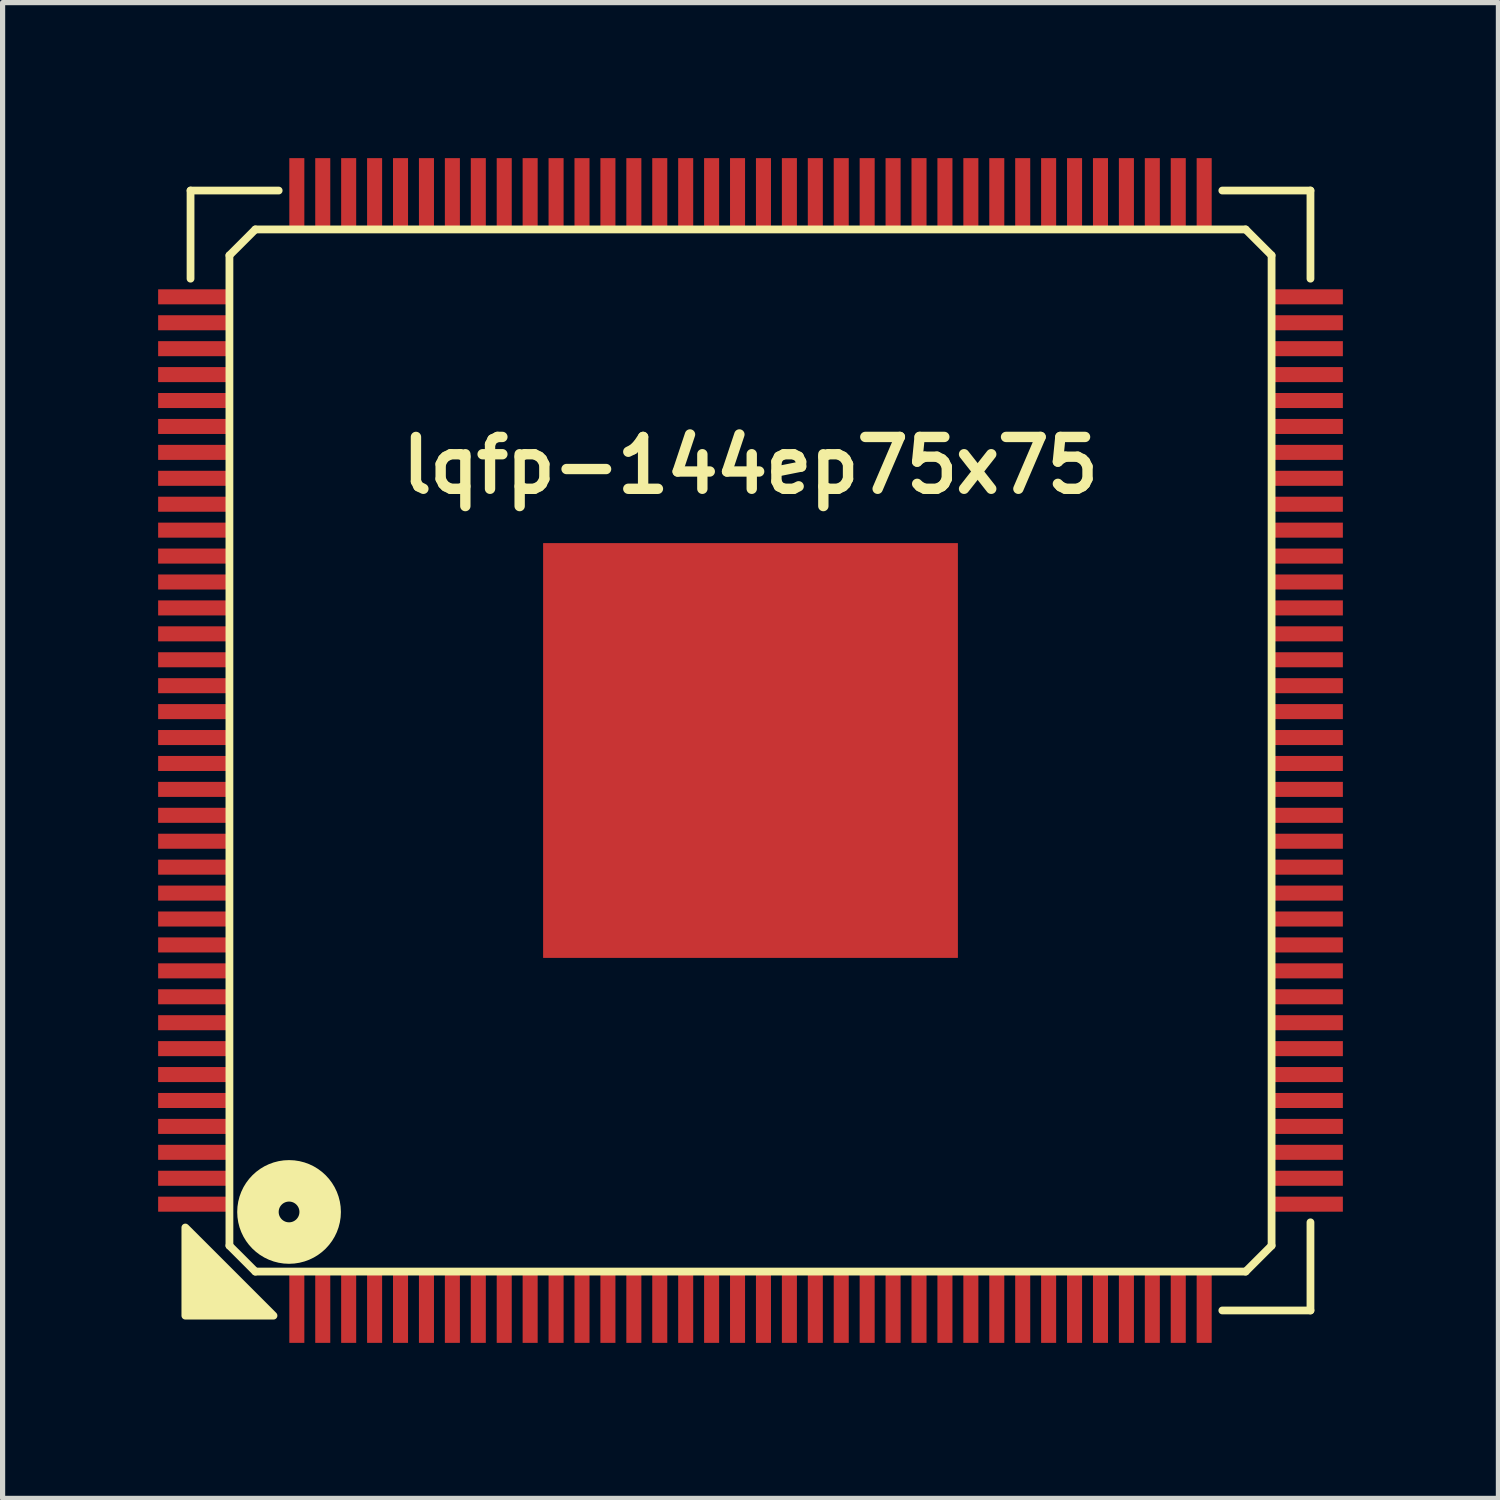
<source format=kicad_pcb>
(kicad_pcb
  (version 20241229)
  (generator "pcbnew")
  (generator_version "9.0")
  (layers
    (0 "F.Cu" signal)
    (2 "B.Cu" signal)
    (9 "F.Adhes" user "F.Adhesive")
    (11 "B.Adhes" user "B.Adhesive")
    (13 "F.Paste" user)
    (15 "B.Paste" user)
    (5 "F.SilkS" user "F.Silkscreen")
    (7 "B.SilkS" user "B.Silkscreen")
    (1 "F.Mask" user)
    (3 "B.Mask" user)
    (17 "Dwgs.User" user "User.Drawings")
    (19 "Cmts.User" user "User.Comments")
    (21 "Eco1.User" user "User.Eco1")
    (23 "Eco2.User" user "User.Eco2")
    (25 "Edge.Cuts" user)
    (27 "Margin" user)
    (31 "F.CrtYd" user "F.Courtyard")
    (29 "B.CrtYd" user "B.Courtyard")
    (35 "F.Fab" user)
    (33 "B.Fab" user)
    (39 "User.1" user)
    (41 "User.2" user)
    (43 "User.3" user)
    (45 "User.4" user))
  (footprint "lqfp-144ep75x75"
    (layer "F.Cu")
    (at 11.425 11.425)
    (property "Reference" "lqfp-144ep75x75" (at 0 -5.5 0) (layer "F.SilkS") (effects (font (size 1 1) (thickness 0.2))))
    (attr smd)
    (fp_line (start -10.8 -10.8) (end -9.1 -10.8) (stroke (width 0.15) (type solid)) (layer "F.SilkS"))
    (fp_line (start -10.8 -9.1) (end -10.8 -10.8) (stroke (width 0.15) (type solid)) (layer "F.SilkS"))
    (fp_line (start -10.05 -9.55) (end -9.55 -10.05) (stroke (width 0.15) (type solid)) (layer "F.SilkS"))
    (fp_line (start -10.05 9.55) (end -10.05 -9.55) (stroke (width 0.15) (type solid)) (layer "F.SilkS"))
    (fp_line (start -9.55 -10.05) (end 9.55 -10.05) (stroke (width 0.15) (type solid)) (layer "F.SilkS"))
    (fp_line (start -9.55 10.05) (end -10.05 9.55) (stroke (width 0.15) (type solid)) (layer "F.SilkS"))
    (fp_line (start 9.1 -10.8) (end 10.8 -10.8) (stroke (width 0.15) (type solid)) (layer "F.SilkS"))
    (fp_line (start 9.55 -10.05) (end 10.05 -9.55) (stroke (width 0.15) (type solid)) (layer "F.SilkS"))
    (fp_line (start 9.55 10.05) (end -9.55 10.05) (stroke (width 0.15) (type solid)) (layer "F.SilkS"))
    (fp_line (start 10.05 -9.55) (end 10.05 9.55) (stroke (width 0.15) (type solid)) (layer "F.SilkS"))
    (fp_line (start 10.05 9.55) (end 9.55 10.05) (stroke (width 0.15) (type solid)) (layer "F.SilkS"))
    (fp_line (start 10.8 -10.8) (end 10.8 -9.1) (stroke (width 0.15) (type solid)) (layer "F.SilkS"))
    (fp_line (start 10.8 9.1) (end 10.8 10.8) (stroke (width 0.15) (type solid)) (layer "F.SilkS"))
    (fp_line (start 10.8 10.8) (end 9.1 10.8) (stroke (width 0.15) (type solid)) (layer "F.SilkS"))
    (fp_circle (center -8.9 8.9) (end -8.7 8.9) (stroke (width 0.8) (type solid)) (fill no) (layer "F.SilkS"))
    (fp_poly (pts (xy -9.2 10.9) (xy -10.9 10.9) (xy -10.9 9.2)) (stroke (width 0.15) (type solid)) (fill yes) (layer "F.SilkS"))
    (pad "" smd rect (at -2.3 -2.3) (size 2 2) (layers "F.Paste"))
    (pad "" smd rect (at -2.3 0) (size 2 2) (layers "F.Paste"))
    (pad "" smd rect (at -2.3 2.3) (size 2 2) (layers "F.Paste"))
    (pad "" smd rect (at 0 -2.3) (size 2 2) (layers "F.Paste"))
    (pad "" smd rect (at 0 0) (size 2 2) (layers "F.Paste"))
    (pad "" smd rect (at 0 2.3) (size 2 2) (layers "F.Paste"))
    (pad "" smd rect (at 2.3 -2.3) (size 2 2) (layers "F.Paste"))
    (pad "" smd rect (at 2.3 0) (size 2 2) (layers "F.Paste"))
    (pad "" smd rect (at 2.3 2.3) (size 2 2) (layers "F.Paste"))
    (pad "1" smd rect (at -8.75 10.75) (size 0.29 1.35) (layers "F.Cu" "F.Mask" "F.Paste"))
    (pad "2" smd rect (at -8.25 10.75) (size 0.29 1.35) (layers "F.Cu" "F.Mask" "F.Paste"))
    (pad "3" smd rect (at -7.75 10.75) (size 0.29 1.35) (layers "F.Cu" "F.Mask" "F.Paste"))
    (pad "4" smd rect (at -7.25 10.75) (size 0.29 1.35) (layers "F.Cu" "F.Mask" "F.Paste"))
    (pad "5" smd rect (at -6.75 10.75) (size 0.29 1.35) (layers "F.Cu" "F.Mask" "F.Paste"))
    (pad "6" smd rect (at -6.25 10.75) (size 0.29 1.35) (layers "F.Cu" "F.Mask" "F.Paste"))
    (pad "7" smd rect (at -5.75 10.75) (size 0.29 1.35) (layers "F.Cu" "F.Mask" "F.Paste"))
    (pad "8" smd rect (at -5.25 10.75) (size 0.29 1.35) (layers "F.Cu" "F.Mask" "F.Paste"))
    (pad "9" smd rect (at -4.75 10.75) (size 0.29 1.35) (layers "F.Cu" "F.Mask" "F.Paste"))
    (pad "10" smd rect (at -4.25 10.75) (size 0.29 1.35) (layers "F.Cu" "F.Mask" "F.Paste"))
    (pad "11" smd rect (at -3.75 10.75) (size 0.29 1.35) (layers "F.Cu" "F.Mask" "F.Paste"))
    (pad "12" smd rect (at -3.25 10.75) (size 0.29 1.35) (layers "F.Cu" "F.Mask" "F.Paste"))
    (pad "13" smd rect (at -2.75 10.75) (size 0.29 1.35) (layers "F.Cu" "F.Mask" "F.Paste"))
    (pad "14" smd rect (at -2.25 10.75) (size 0.29 1.35) (layers "F.Cu" "F.Mask" "F.Paste"))
    (pad "15" smd rect (at -1.75 10.75) (size 0.29 1.35) (layers "F.Cu" "F.Mask" "F.Paste"))
    (pad "16" smd rect (at -1.25 10.75) (size 0.29 1.35) (layers "F.Cu" "F.Mask" "F.Paste"))
    (pad "17" smd rect (at -0.75 10.75) (size 0.29 1.35) (layers "F.Cu" "F.Mask" "F.Paste"))
    (pad "18" smd rect (at -0.25 10.75) (size 0.29 1.35) (layers "F.Cu" "F.Mask" "F.Paste"))
    (pad "19" smd rect (at 0.25 10.75) (size 0.29 1.35) (layers "F.Cu" "F.Mask" "F.Paste"))
    (pad "20" smd rect (at 0.75 10.75) (size 0.29 1.35) (layers "F.Cu" "F.Mask" "F.Paste"))
    (pad "21" smd rect (at 1.25 10.75) (size 0.29 1.35) (layers "F.Cu" "F.Mask" "F.Paste"))
    (pad "22" smd rect (at 1.75 10.75) (size 0.29 1.35) (layers "F.Cu" "F.Mask" "F.Paste"))
    (pad "23" smd rect (at 2.25 10.75) (size 0.29 1.35) (layers "F.Cu" "F.Mask" "F.Paste"))
    (pad "24" smd rect (at 2.75 10.75) (size 0.29 1.35) (layers "F.Cu" "F.Mask" "F.Paste"))
    (pad "25" smd rect (at 3.25 10.75) (size 0.29 1.35) (layers "F.Cu" "F.Mask" "F.Paste"))
    (pad "26" smd rect (at 3.75 10.75) (size 0.29 1.35) (layers "F.Cu" "F.Mask" "F.Paste"))
    (pad "27" smd rect (at 4.25 10.75) (size 0.29 1.35) (layers "F.Cu" "F.Mask" "F.Paste"))
    (pad "28" smd rect (at 4.75 10.75) (size 0.29 1.35) (layers "F.Cu" "F.Mask" "F.Paste"))
    (pad "29" smd rect (at 5.25 10.75) (size 0.29 1.35) (layers "F.Cu" "F.Mask" "F.Paste"))
    (pad "30" smd rect (at 5.75 10.75) (size 0.29 1.35) (layers "F.Cu" "F.Mask" "F.Paste"))
    (pad "31" smd rect (at 6.25 10.75) (size 0.29 1.35) (layers "F.Cu" "F.Mask" "F.Paste"))
    (pad "32" smd rect (at 6.75 10.75) (size 0.29 1.35) (layers "F.Cu" "F.Mask" "F.Paste"))
    (pad "33" smd rect (at 7.25 10.75) (size 0.29 1.35) (layers "F.Cu" "F.Mask" "F.Paste"))
    (pad "34" smd rect (at 7.75 10.75) (size 0.29 1.35) (layers "F.Cu" "F.Mask" "F.Paste"))
    (pad "35" smd rect (at 8.25 10.75) (size 0.29 1.35) (layers "F.Cu" "F.Mask" "F.Paste"))
    (pad "36" smd rect (at 8.75 10.75) (size 0.29 1.35) (layers "F.Cu" "F.Mask" "F.Paste"))
    (pad "37" smd rect (at 10.75 8.75) (size 1.35 0.29) (layers "F.Cu" "F.Mask" "F.Paste"))
    (pad "38" smd rect (at 10.75 8.25) (size 1.35 0.29) (layers "F.Cu" "F.Mask" "F.Paste"))
    (pad "39" smd rect (at 10.75 7.75) (size 1.35 0.29) (layers "F.Cu" "F.Mask" "F.Paste"))
    (pad "40" smd rect (at 10.75 7.25) (size 1.35 0.29) (layers "F.Cu" "F.Mask" "F.Paste"))
    (pad "41" smd rect (at 10.75 6.75) (size 1.35 0.29) (layers "F.Cu" "F.Mask" "F.Paste"))
    (pad "42" smd rect (at 10.75 6.25) (size 1.35 0.29) (layers "F.Cu" "F.Mask" "F.Paste"))
    (pad "43" smd rect (at 10.75 5.75) (size 1.35 0.29) (layers "F.Cu" "F.Mask" "F.Paste"))
    (pad "44" smd rect (at 10.75 5.25) (size 1.35 0.29) (layers "F.Cu" "F.Mask" "F.Paste"))
    (pad "45" smd rect (at 10.75 4.75) (size 1.35 0.29) (layers "F.Cu" "F.Mask" "F.Paste"))
    (pad "46" smd rect (at 10.75 4.25) (size 1.35 0.29) (layers "F.Cu" "F.Mask" "F.Paste"))
    (pad "47" smd rect (at 10.75 3.75) (size 1.35 0.29) (layers "F.Cu" "F.Mask" "F.Paste"))
    (pad "48" smd rect (at 10.75 3.25) (size 1.35 0.29) (layers "F.Cu" "F.Mask" "F.Paste"))
    (pad "49" smd rect (at 10.75 2.75) (size 1.35 0.29) (layers "F.Cu" "F.Mask" "F.Paste"))
    (pad "50" smd rect (at 10.75 2.25) (size 1.35 0.29) (layers "F.Cu" "F.Mask" "F.Paste"))
    (pad "51" smd rect (at 10.75 1.75) (size 1.35 0.29) (layers "F.Cu" "F.Mask" "F.Paste"))
    (pad "52" smd rect (at 10.75 1.25) (size 1.35 0.29) (layers "F.Cu" "F.Mask" "F.Paste"))
    (pad "53" smd rect (at 10.75 0.75) (size 1.35 0.29) (layers "F.Cu" "F.Mask" "F.Paste"))
    (pad "54" smd rect (at 10.75 0.25) (size 1.35 0.29) (layers "F.Cu" "F.Mask" "F.Paste"))
    (pad "55" smd rect (at 10.75 -0.25) (size 1.35 0.29) (layers "F.Cu" "F.Mask" "F.Paste"))
    (pad "56" smd rect (at 10.75 -0.75) (size 1.35 0.29) (layers "F.Cu" "F.Mask" "F.Paste"))
    (pad "57" smd rect (at 10.75 -1.25) (size 1.35 0.29) (layers "F.Cu" "F.Mask" "F.Paste"))
    (pad "58" smd rect (at 10.75 -1.75) (size 1.35 0.29) (layers "F.Cu" "F.Mask" "F.Paste"))
    (pad "59" smd rect (at 10.75 -2.25) (size 1.35 0.29) (layers "F.Cu" "F.Mask" "F.Paste"))
    (pad "60" smd rect (at 10.75 -2.75) (size 1.35 0.29) (layers "F.Cu" "F.Mask" "F.Paste"))
    (pad "61" smd rect (at 10.75 -3.25) (size 1.35 0.29) (layers "F.Cu" "F.Mask" "F.Paste"))
    (pad "62" smd rect (at 10.75 -3.75) (size 1.35 0.29) (layers "F.Cu" "F.Mask" "F.Paste"))
    (pad "63" smd rect (at 10.75 -4.25) (size 1.35 0.29) (layers "F.Cu" "F.Mask" "F.Paste"))
    (pad "64" smd rect (at 10.75 -4.75) (size 1.35 0.29) (layers "F.Cu" "F.Mask" "F.Paste"))
    (pad "65" smd rect (at 10.75 -5.25) (size 1.35 0.29) (layers "F.Cu" "F.Mask" "F.Paste"))
    (pad "66" smd rect (at 10.75 -5.75) (size 1.35 0.29) (layers "F.Cu" "F.Mask" "F.Paste"))
    (pad "67" smd rect (at 10.75 -6.25) (size 1.35 0.29) (layers "F.Cu" "F.Mask" "F.Paste"))
    (pad "68" smd rect (at 10.75 -6.75) (size 1.35 0.29) (layers "F.Cu" "F.Mask" "F.Paste"))
    (pad "69" smd rect (at 10.75 -7.25) (size 1.35 0.29) (layers "F.Cu" "F.Mask" "F.Paste"))
    (pad "70" smd rect (at 10.75 -7.75) (size 1.35 0.29) (layers "F.Cu" "F.Mask" "F.Paste"))
    (pad "71" smd rect (at 10.75 -8.25) (size 1.35 0.29) (layers "F.Cu" "F.Mask" "F.Paste"))
    (pad "72" smd rect (at 10.75 -8.75) (size 1.35 0.29) (layers "F.Cu" "F.Mask" "F.Paste"))
    (pad "73" smd rect (at 8.75 -10.75) (size 0.29 1.35) (layers "F.Cu" "F.Mask" "F.Paste"))
    (pad "74" smd rect (at 8.25 -10.75) (size 0.29 1.35) (layers "F.Cu" "F.Mask" "F.Paste"))
    (pad "75" smd rect (at 7.75 -10.75) (size 0.29 1.35) (layers "F.Cu" "F.Mask" "F.Paste"))
    (pad "76" smd rect (at 7.25 -10.75) (size 0.29 1.35) (layers "F.Cu" "F.Mask" "F.Paste"))
    (pad "77" smd rect (at 6.75 -10.75) (size 0.29 1.35) (layers "F.Cu" "F.Mask" "F.Paste"))
    (pad "78" smd rect (at 6.25 -10.75) (size 0.29 1.35) (layers "F.Cu" "F.Mask" "F.Paste"))
    (pad "79" smd rect (at 5.75 -10.75) (size 0.29 1.35) (layers "F.Cu" "F.Mask" "F.Paste"))
    (pad "80" smd rect (at 5.25 -10.75) (size 0.29 1.35) (layers "F.Cu" "F.Mask" "F.Paste"))
    (pad "81" smd rect (at 4.75 -10.75) (size 0.29 1.35) (layers "F.Cu" "F.Mask" "F.Paste"))
    (pad "82" smd rect (at 4.25 -10.75) (size 0.29 1.35) (layers "F.Cu" "F.Mask" "F.Paste"))
    (pad "83" smd rect (at 3.75 -10.75) (size 0.29 1.35) (layers "F.Cu" "F.Mask" "F.Paste"))
    (pad "84" smd rect (at 3.25 -10.75) (size 0.29 1.35) (layers "F.Cu" "F.Mask" "F.Paste"))
    (pad "85" smd rect (at 2.75 -10.75) (size 0.29 1.35) (layers "F.Cu" "F.Mask" "F.Paste"))
    (pad "86" smd rect (at 2.25 -10.75) (size 0.29 1.35) (layers "F.Cu" "F.Mask" "F.Paste"))
    (pad "87" smd rect (at 1.75 -10.75) (size 0.29 1.35) (layers "F.Cu" "F.Mask" "F.Paste"))
    (pad "88" smd rect (at 1.25 -10.75) (size 0.29 1.35) (layers "F.Cu" "F.Mask" "F.Paste"))
    (pad "89" smd rect (at 0.75 -10.75) (size 0.29 1.35) (layers "F.Cu" "F.Mask" "F.Paste"))
    (pad "90" smd rect (at 0.25 -10.75) (size 0.29 1.35) (layers "F.Cu" "F.Mask" "F.Paste"))
    (pad "91" smd rect (at -0.25 -10.75) (size 0.29 1.35) (layers "F.Cu" "F.Mask" "F.Paste"))
    (pad "92" smd rect (at -0.75 -10.75) (size 0.29 1.35) (layers "F.Cu" "F.Mask" "F.Paste"))
    (pad "93" smd rect (at -1.25 -10.75) (size 0.29 1.35) (layers "F.Cu" "F.Mask" "F.Paste"))
    (pad "94" smd rect (at -1.75 -10.75) (size 0.29 1.35) (layers "F.Cu" "F.Mask" "F.Paste"))
    (pad "95" smd rect (at -2.25 -10.75) (size 0.29 1.35) (layers "F.Cu" "F.Mask" "F.Paste"))
    (pad "96" smd rect (at -2.75 -10.75) (size 0.29 1.35) (layers "F.Cu" "F.Mask" "F.Paste"))
    (pad "97" smd rect (at -3.25 -10.75) (size 0.29 1.35) (layers "F.Cu" "F.Mask" "F.Paste"))
    (pad "98" smd rect (at -3.75 -10.75) (size 0.29 1.35) (layers "F.Cu" "F.Mask" "F.Paste"))
    (pad "99" smd rect (at -4.25 -10.75) (size 0.29 1.35) (layers "F.Cu" "F.Mask" "F.Paste"))
    (pad "100" smd rect (at -4.75 -10.75) (size 0.29 1.35) (layers "F.Cu" "F.Mask" "F.Paste"))
    (pad "101" smd rect (at -5.25 -10.75) (size 0.29 1.35) (layers "F.Cu" "F.Mask" "F.Paste"))
    (pad "102" smd rect (at -5.75 -10.75) (size 0.29 1.35) (layers "F.Cu" "F.Mask" "F.Paste"))
    (pad "103" smd rect (at -6.25 -10.75) (size 0.29 1.35) (layers "F.Cu" "F.Mask" "F.Paste"))
    (pad "104" smd rect (at -6.75 -10.75) (size 0.29 1.35) (layers "F.Cu" "F.Mask" "F.Paste"))
    (pad "105" smd rect (at -7.25 -10.75) (size 0.29 1.35) (layers "F.Cu" "F.Mask" "F.Paste"))
    (pad "106" smd rect (at -7.75 -10.75) (size 0.29 1.35) (layers "F.Cu" "F.Mask" "F.Paste"))
    (pad "107" smd rect (at -8.25 -10.75) (size 0.29 1.35) (layers "F.Cu" "F.Mask" "F.Paste"))
    (pad "108" smd rect (at -8.75 -10.75) (size 0.29 1.35) (layers "F.Cu" "F.Mask" "F.Paste"))
    (pad "109" smd rect (at -10.75 -8.75) (size 1.35 0.29) (layers "F.Cu" "F.Mask" "F.Paste"))
    (pad "110" smd rect (at -10.75 -8.25) (size 1.35 0.29) (layers "F.Cu" "F.Mask" "F.Paste"))
    (pad "111" smd rect (at -10.75 -7.75) (size 1.35 0.29) (layers "F.Cu" "F.Mask" "F.Paste"))
    (pad "112" smd rect (at -10.75 -7.25) (size 1.35 0.29) (layers "F.Cu" "F.Mask" "F.Paste"))
    (pad "113" smd rect (at -10.75 -6.75) (size 1.35 0.29) (layers "F.Cu" "F.Mask" "F.Paste"))
    (pad "114" smd rect (at -10.75 -6.25) (size 1.35 0.29) (layers "F.Cu" "F.Mask" "F.Paste"))
    (pad "115" smd rect (at -10.75 -5.75) (size 1.35 0.29) (layers "F.Cu" "F.Mask" "F.Paste"))
    (pad "116" smd rect (at -10.75 -5.25) (size 1.35 0.29) (layers "F.Cu" "F.Mask" "F.Paste"))
    (pad "117" smd rect (at -10.75 -4.75) (size 1.35 0.29) (layers "F.Cu" "F.Mask" "F.Paste"))
    (pad "118" smd rect (at -10.75 -4.25) (size 1.35 0.29) (layers "F.Cu" "F.Mask" "F.Paste"))
    (pad "119" smd rect (at -10.75 -3.75) (size 1.35 0.29) (layers "F.Cu" "F.Mask" "F.Paste"))
    (pad "120" smd rect (at -10.75 -3.25) (size 1.35 0.29) (layers "F.Cu" "F.Mask" "F.Paste"))
    (pad "121" smd rect (at -10.75 -2.75) (size 1.35 0.29) (layers "F.Cu" "F.Mask" "F.Paste"))
    (pad "122" smd rect (at -10.75 -2.25) (size 1.35 0.29) (layers "F.Cu" "F.Mask" "F.Paste"))
    (pad "123" smd rect (at -10.75 -1.75) (size 1.35 0.29) (layers "F.Cu" "F.Mask" "F.Paste"))
    (pad "124" smd rect (at -10.75 -1.25) (size 1.35 0.29) (layers "F.Cu" "F.Mask" "F.Paste"))
    (pad "125" smd rect (at -10.75 -0.75) (size 1.35 0.29) (layers "F.Cu" "F.Mask" "F.Paste"))
    (pad "126" smd rect (at -10.75 -0.25) (size 1.35 0.29) (layers "F.Cu" "F.Mask" "F.Paste"))
    (pad "127" smd rect (at -10.75 0.25) (size 1.35 0.29) (layers "F.Cu" "F.Mask" "F.Paste"))
    (pad "128" smd rect (at -10.75 0.75) (size 1.35 0.29) (layers "F.Cu" "F.Mask" "F.Paste"))
    (pad "129" smd rect (at -10.75 1.25) (size 1.35 0.29) (layers "F.Cu" "F.Mask" "F.Paste"))
    (pad "130" smd rect (at -10.75 1.75) (size 1.35 0.29) (layers "F.Cu" "F.Mask" "F.Paste"))
    (pad "131" smd rect (at -10.75 2.25) (size 1.35 0.29) (layers "F.Cu" "F.Mask" "F.Paste"))
    (pad "132" smd rect (at -10.75 2.75) (size 1.35 0.29) (layers "F.Cu" "F.Mask" "F.Paste"))
    (pad "133" smd rect (at -10.75 3.25) (size 1.35 0.29) (layers "F.Cu" "F.Mask" "F.Paste"))
    (pad "134" smd rect (at -10.75 3.75) (size 1.35 0.29) (layers "F.Cu" "F.Mask" "F.Paste"))
    (pad "135" smd rect (at -10.75 4.25) (size 1.35 0.29) (layers "F.Cu" "F.Mask" "F.Paste"))
    (pad "136" smd rect (at -10.75 4.75) (size 1.35 0.29) (layers "F.Cu" "F.Mask" "F.Paste"))
    (pad "137" smd rect (at -10.75 5.25) (size 1.35 0.29) (layers "F.Cu" "F.Mask" "F.Paste"))
    (pad "138" smd rect (at -10.75 5.75) (size 1.35 0.29) (layers "F.Cu" "F.Mask" "F.Paste"))
    (pad "139" smd rect (at -10.75 6.25) (size 1.35 0.29) (layers "F.Cu" "F.Mask" "F.Paste"))
    (pad "140" smd rect (at -10.75 6.75) (size 1.35 0.29) (layers "F.Cu" "F.Mask" "F.Paste"))
    (pad "141" smd rect (at -10.75 7.25) (size 1.35 0.29) (layers "F.Cu" "F.Mask" "F.Paste"))
    (pad "142" smd rect (at -10.75 7.75) (size 1.35 0.29) (layers "F.Cu" "F.Mask" "F.Paste"))
    (pad "143" smd rect (at -10.75 8.25) (size 1.35 0.29) (layers "F.Cu" "F.Mask" "F.Paste"))
    (pad "144" smd rect (at -10.75 8.75) (size 1.35 0.29) (layers "F.Cu" "F.Mask" "F.Paste"))
    (pad "145" smd rect (at 0 0) (size 8 8) (layers "F.Cu" "F.Mask")))
  (gr_rect
    (start -3 -3)
    (end 25.85 25.85)
    (stroke (width 0.1) (type default))
    (fill no)
    (layer "Edge.Cuts")))
</source>
